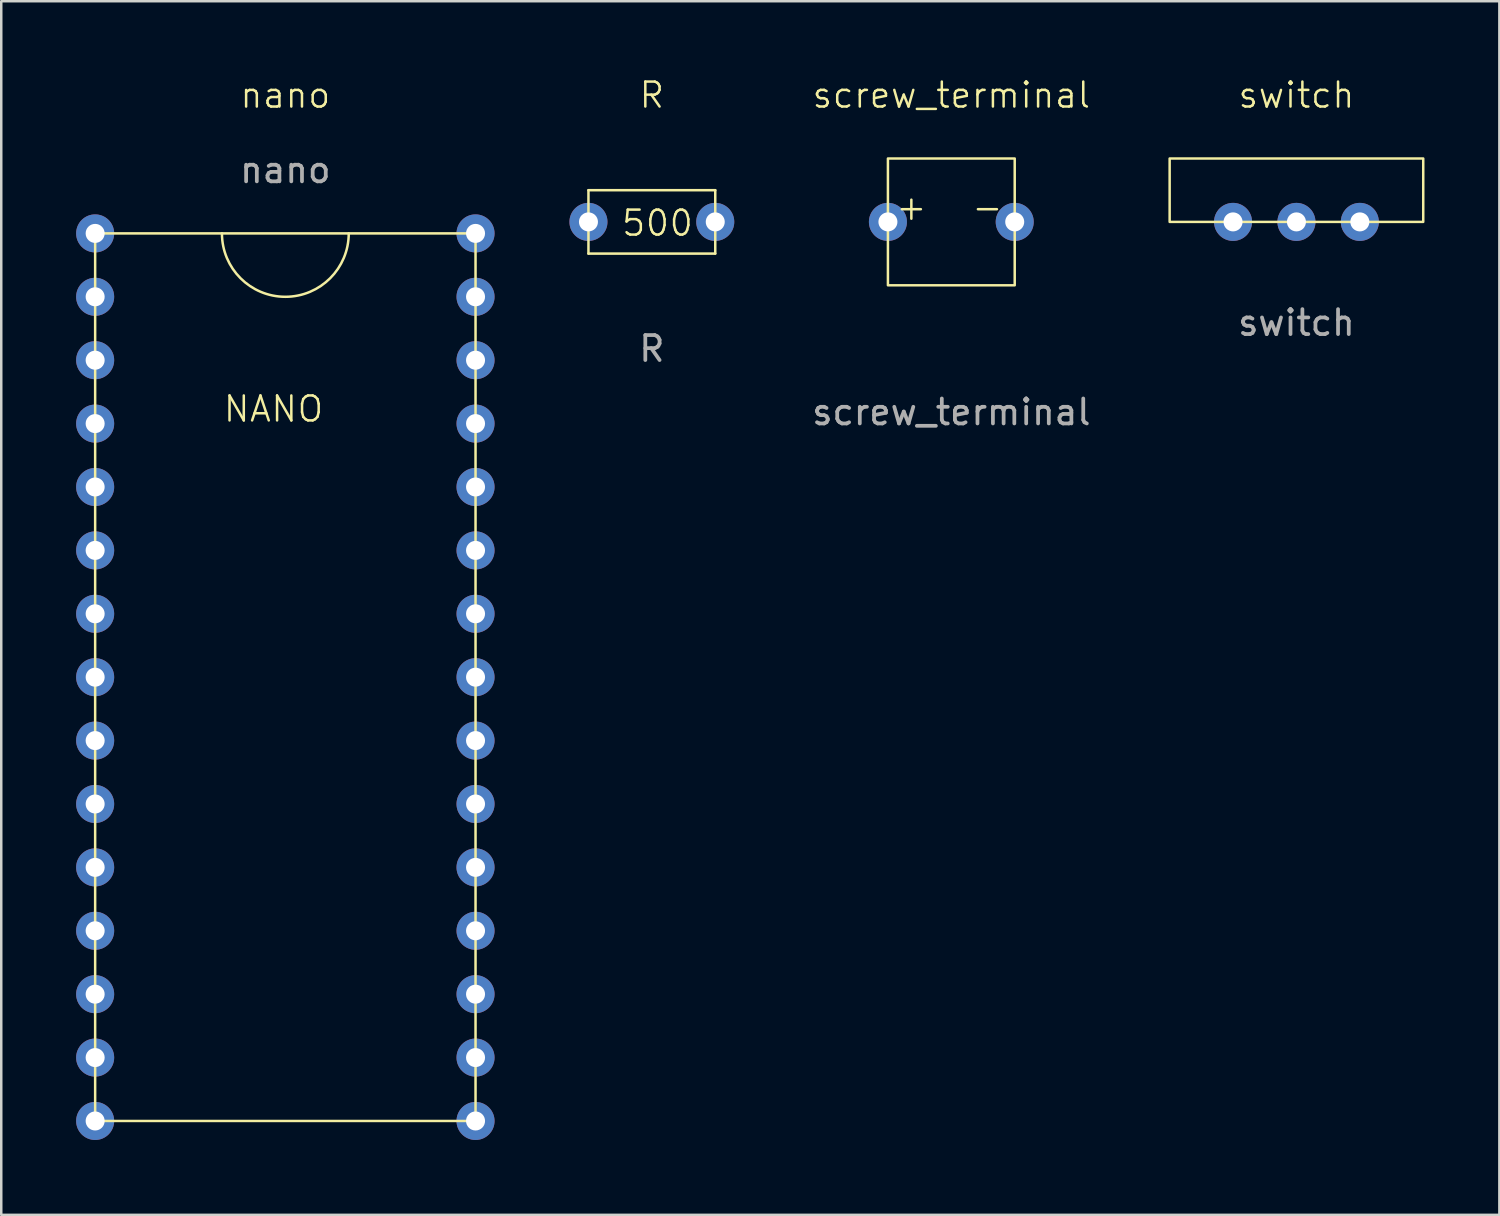
<source format=kicad_pcb>
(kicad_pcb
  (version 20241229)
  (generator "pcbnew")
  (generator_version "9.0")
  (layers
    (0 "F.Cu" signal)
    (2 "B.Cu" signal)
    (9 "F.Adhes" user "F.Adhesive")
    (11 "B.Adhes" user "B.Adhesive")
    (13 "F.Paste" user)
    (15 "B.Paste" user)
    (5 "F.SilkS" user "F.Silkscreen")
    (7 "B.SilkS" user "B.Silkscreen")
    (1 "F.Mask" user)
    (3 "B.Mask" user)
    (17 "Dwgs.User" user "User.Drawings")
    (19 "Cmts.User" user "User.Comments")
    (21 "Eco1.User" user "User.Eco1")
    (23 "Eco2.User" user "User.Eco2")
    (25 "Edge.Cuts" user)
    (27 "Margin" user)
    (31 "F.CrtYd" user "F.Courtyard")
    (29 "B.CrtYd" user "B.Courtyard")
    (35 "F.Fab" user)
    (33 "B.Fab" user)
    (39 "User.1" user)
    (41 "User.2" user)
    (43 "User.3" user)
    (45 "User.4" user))
  (footprint "R"
    (layer "F.Cu")
    (at 23.066 5.84)
    (property "Reference" "R" (at 0 -5.08 0) (unlocked yes) (layer "F.SilkS") (effects (font (size 1 1) (thickness 0.1))))
    (attr through_hole)
    (fp_line (start -2.54 -1.27) (end -2.54 1.27) (stroke (width 0.1) (type default)) (layer "F.SilkS"))
    (fp_line (start -2.54 1.27) (end 2.54 1.27) (stroke (width 0.1) (type default)) (layer "F.SilkS"))
    (fp_line (start 2.54 -1.27) (end -2.54 -1.27) (stroke (width 0.1) (type default)) (layer "F.SilkS"))
    (fp_line (start 2.54 0) (end 2.54 -1.27) (stroke (width 0.1) (type default)) (layer "F.SilkS"))
    (fp_line (start 2.54 1.27) (end 2.54 0) (stroke (width 0.1) (type default)) (layer "F.SilkS"))
    (fp_text user "500" (at -1.27 0.635 0) (unlocked yes) (layer "F.SilkS") (effects (font (size 1 1) (thickness 0.1)) (justify left bottom)))
    (fp_text user "${REFERENCE}" (at 0 5.08 0) (unlocked yes) (layer "F.Fab") (effects (font (size 1 1) (thickness 0.15))))
    (pad "1" thru_hole circle (at 2.54 0) (size 1.524 1.524) (drill 0.762) (layers "*.Cu" "*.Mask"))
    (pad "2" thru_hole circle (at -2.54 0) (size 1.524 1.524) (drill 0.762) (layers "*.Cu" "*.Mask")))
  (footprint "nano"
    (layer "F.Cu")
    (at 8.382 24.081)
    (property "Reference" "nano" (at 0 -23.32 0) (unlocked yes) (layer "F.SilkS") (effects (font (size 1 1) (thickness 0.1))))
    (attr through_hole)
    (fp_rect (start -7.62 -17.78) (end 7.62 17.78) (stroke (width 0.1) (type default)) (fill no) (layer "F.SilkS"))
    (fp_arc (start 2.54 -17.78) (mid 0 -15.24) (end -2.54 -17.78) (stroke (width 0.1) (type default)) (layer "F.SilkS"))
    (fp_text user "NANO" (at -2.54 -10.16 0) (unlocked yes) (layer "F.SilkS") (effects (font (size 1 1) (thickness 0.1)) (justify left bottom)))
    (fp_text user "${REFERENCE}" (at 0 -20.32 0) (unlocked yes) (layer "F.Fab") (effects (font (size 1 1) (thickness 0.15))))
    (pad "1" thru_hole circle (at -7.62 -17.78) (size 1.524 1.524) (drill 0.762) (layers "*.Cu" "*.Mask"))
    (pad "2" thru_hole circle (at -7.62 -15.24) (size 1.524 1.524) (drill 0.762) (layers "*.Cu" "*.Mask"))
    (pad "3" thru_hole circle (at -7.62 -12.7) (size 1.524 1.524) (drill 0.762) (layers "*.Cu" "*.Mask"))
    (pad "4" thru_hole circle (at -7.62 -10.16) (size 1.524 1.524) (drill 0.762) (layers "*.Cu" "*.Mask"))
    (pad "5" thru_hole circle (at -7.62 -7.62) (size 1.524 1.524) (drill 0.762) (layers "*.Cu" "*.Mask"))
    (pad "6" thru_hole circle (at -7.62 -5.08) (size 1.524 1.524) (drill 0.762) (layers "*.Cu" "*.Mask"))
    (pad "7" thru_hole circle (at -7.62 -2.54) (size 1.524 1.524) (drill 0.762) (layers "*.Cu" "*.Mask"))
    (pad "8" thru_hole circle (at -7.62 0) (size 1.524 1.524) (drill 0.762) (layers "*.Cu" "*.Mask"))
    (pad "9" thru_hole circle (at -7.62 2.54) (size 1.524 1.524) (drill 0.762) (layers "*.Cu" "*.Mask"))
    (pad "10" thru_hole circle (at -7.62 5.08) (size 1.524 1.524) (drill 0.762) (layers "*.Cu" "*.Mask"))
    (pad "11" thru_hole circle (at -7.62 7.62) (size 1.524 1.524) (drill 0.762) (layers "*.Cu" "*.Mask"))
    (pad "12" thru_hole circle (at -7.62 10.16) (size 1.524 1.524) (drill 0.762) (layers "*.Cu" "*.Mask"))
    (pad "13" thru_hole circle (at -7.62 12.7) (size 1.524 1.524) (drill 0.762) (layers "*.Cu" "*.Mask"))
    (pad "14" thru_hole circle (at -7.62 15.24) (size 1.524 1.524) (drill 0.762) (layers "*.Cu" "*.Mask"))
    (pad "15" thru_hole circle (at -7.62 17.78) (size 1.524 1.524) (drill 0.762) (layers "*.Cu" "*.Mask"))
    (pad "16" thru_hole circle (at 7.62 -17.78) (size 1.524 1.524) (drill 0.762) (layers "*.Cu" "*.Mask"))
    (pad "17" thru_hole circle (at 7.62 -15.24) (size 1.524 1.524) (drill 0.762) (layers "*.Cu" "*.Mask"))
    (pad "18" thru_hole circle (at 7.62 -12.7) (size 1.524 1.524) (drill 0.762) (layers "*.Cu" "*.Mask"))
    (pad "19" thru_hole circle (at 7.62 -10.16) (size 1.524 1.524) (drill 0.762) (layers "*.Cu" "*.Mask"))
    (pad "20" thru_hole circle (at 7.62 -7.62) (size 1.524 1.524) (drill 0.762) (layers "*.Cu" "*.Mask"))
    (pad "21" thru_hole circle (at 7.62 -5.08) (size 1.524 1.524) (drill 0.762) (layers "*.Cu" "*.Mask"))
    (pad "22" thru_hole circle (at 7.62 -2.54) (size 1.524 1.524) (drill 0.762) (layers "*.Cu" "*.Mask"))
    (pad "23" thru_hole circle (at 7.62 0) (size 1.524 1.524) (drill 0.762) (layers "*.Cu" "*.Mask"))
    (pad "24" thru_hole circle (at 7.62 2.54) (size 1.524 1.524) (drill 0.762) (layers "*.Cu" "*.Mask"))
    (pad "25" thru_hole circle (at 7.62 5.08) (size 1.524 1.524) (drill 0.762) (layers "*.Cu" "*.Mask"))
    (pad "26" thru_hole circle (at 7.62 7.62) (size 1.524 1.524) (drill 0.762) (layers "*.Cu" "*.Mask"))
    (pad "27" thru_hole circle (at 7.62 10.16) (size 1.524 1.524) (drill 0.762) (layers "*.Cu" "*.Mask"))
    (pad "28" thru_hole circle (at 7.62 12.7) (size 1.524 1.524) (drill 0.762) (layers "*.Cu" "*.Mask"))
    (pad "29" thru_hole circle (at 7.62 15.24) (size 1.524 1.524) (drill 0.762) (layers "*.Cu" "*.Mask"))
    (pad "30" thru_hole circle (at 7.62 17.78) (size 1.524 1.524) (drill 0.762) (layers "*.Cu" "*.Mask")))
  (footprint "switch"
    (layer "F.Cu")
    (at 48.891 5.84)
    (property "Reference" "switch" (at 0 -5.08 0) (unlocked yes) (layer "F.SilkS") (effects (font (size 1 1) (thickness 0.1))))
    (attr through_hole)
    (fp_rect (start -5.08 -2.54) (end 5.08 0) (stroke (width 0.1) (type default)) (fill no) (layer "F.SilkS"))
    (fp_text user "${REFERENCE}" (at 0 4.04 0) (unlocked yes) (layer "F.Fab") (effects (font (size 1 1) (thickness 0.15))))
    (pad "1" thru_hole circle (at -2.54 0) (size 1.524 1.524) (drill 0.762) (layers "*.Cu" "*.Mask"))
    (pad "2" thru_hole circle (at 0 0) (size 1.524 1.524) (drill 0.762) (layers "*.Cu" "*.Mask"))
    (pad "3" thru_hole circle (at 2.54 0) (size 1.524 1.524) (drill 0.762) (layers "*.Cu" "*.Mask")))
  (footprint "screw_terminal"
    (layer "F.Cu")
    (at 35.064 5.84)
    (property "Reference" "screw_terminal" (at 0 -5.08 0) (unlocked yes) (layer "F.SilkS") (effects (font (size 1 1) (thickness 0.1))))
    (attr through_hole)
    (fp_rect (start -2.54 -2.54) (end 2.54 2.54) (stroke (width 0.1) (type default)) (fill no) (layer "F.SilkS"))
    (fp_text user "-" (at 0.762 0 0) (unlocked yes) (layer "F.SilkS") (effects (font (size 1 1) (thickness 0.1)) (justify left bottom)))
    (fp_text user "+" (at -2.286 0 0) (unlocked yes) (layer "F.SilkS") (effects (font (size 1 1) (thickness 0.1)) (justify left bottom)))
    (fp_text user "${REFERENCE}" (at 0 7.62 0) (unlocked yes) (layer "F.Fab") (effects (font (size 1 1) (thickness 0.15))))
    (pad "1" thru_hole circle (at -2.54 0) (size 1.524 1.524) (drill 0.762) (layers "*.Cu" "*.Mask"))
    (pad "2" thru_hole circle (at 2.54 0) (size 1.524 1.524) (drill 0.762) (layers "*.Cu" "*.Mask")))
  (gr_rect
    (start -3 -3)
    (end 57.021 45.623)
    (stroke (width 0.1) (type default))
    (fill no)
    (layer "Edge.Cuts")))
</source>
